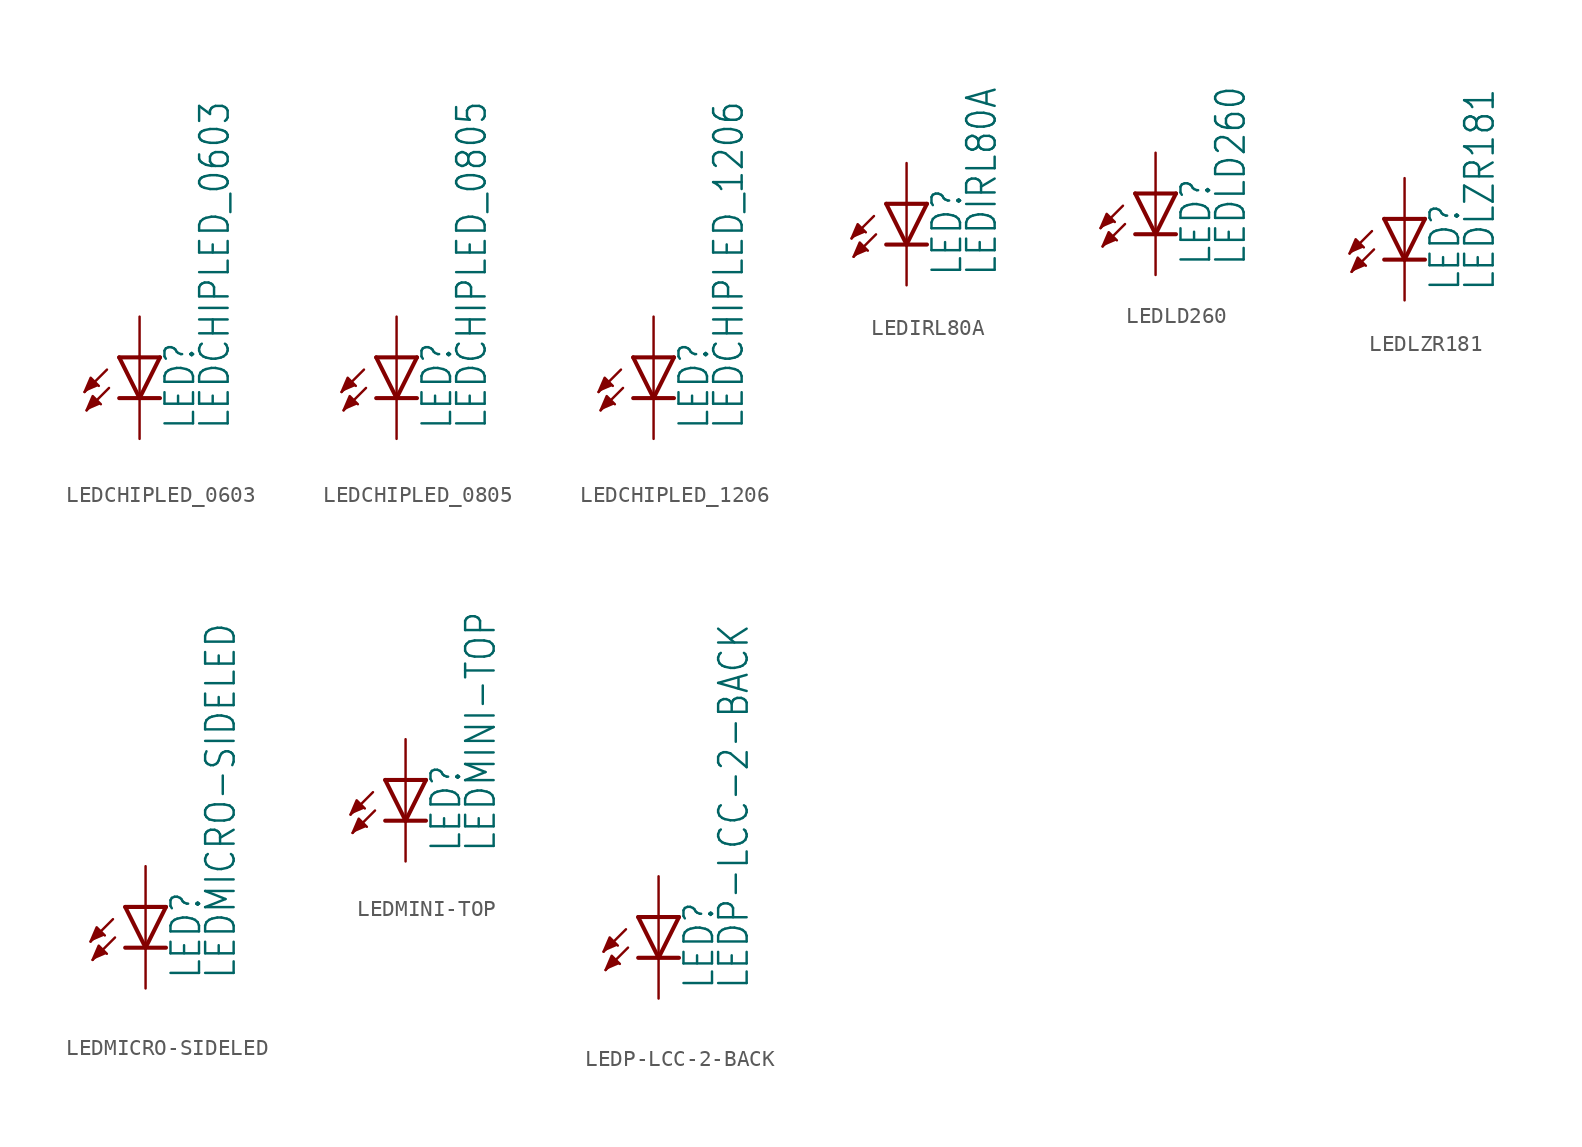
<source format=kicad_sym>
(kicad_symbol_lib
  (version 20220331)
  (generator kicad_symbol_editor)
  (symbol "LEDCHIPLED_0603"
    (property "Reference" "LED"
      (at 3.556 -4.572 90)
      (effects (font (size 1.778 1.511)) (justify left bottom)))
    (property "Value" "LEDCHIPLED_0603"
      (at 5.715 -4.572 90)
      (effects (font (size 1.778 1.511)) (justify left bottom)))
    (property "ki_locked" ""
      (at 0 0 0)
      (effects (font (size 1.27 1.27))))
    (symbol "LEDCHIPLED_0603_1_0"
      (polyline (pts (xy -2.032 -0.762) (xy -3.429 -2.159)) (stroke (width 0.152) (type solid)) (fill (type none)))
      (polyline (pts (xy -1.905 -1.905) (xy -3.302 -3.302)) (stroke (width 0.152) (type solid)) (fill (type none)))
      (polyline (pts (xy 0 -2.54) (xy -1.27 -2.54)) (stroke (width 0.254) (type solid)) (fill (type none)))
      (polyline (pts (xy 0 -2.54) (xy -1.27 0)) (stroke (width 0.254) (type solid)) (fill (type none)))
      (polyline (pts (xy 0 0) (xy -1.27 0)) (stroke (width 0.254) (type solid)) (fill (type none)))
      (polyline (pts (xy 0 0) (xy 0 -2.54)) (stroke (width 0.152) (type solid)) (fill (type none)))
      (polyline (pts (xy 1.27 -2.54) (xy 0 -2.54)) (stroke (width 0.254) (type solid)) (fill (type none)))
      (polyline (pts (xy 1.27 0) (xy 0 -2.54)) (stroke (width 0.254) (type solid)) (fill (type none)))
      (polyline (pts (xy 1.27 0) (xy 0 0)) (stroke (width 0.254) (type solid)) (fill (type none)))
      (polyline (pts (xy -3.429 -2.159) (xy -3.048 -1.27) (xy -2.54 -1.778)) (stroke (width 0) (type default)) (fill (type outline)))
      (polyline (pts (xy -3.302 -3.302) (xy -2.921 -2.413) (xy -2.413 -2.921)) (stroke (width 0) (type default)) (fill (type outline)))
      (pin passive line (at 0 2.54 270) (length 2.54) (name "A" (effects (font (size 0 0)))) (number "A" (effects (font (size 0 0)))))
      (pin passive line (at 0 -5.08 90) (length 2.54) (name "C" (effects (font (size 0 0)))) (number "C" (effects (font (size 0 0)))))))
  (symbol "LEDCHIPLED_0805"
    (property "Reference" "LED"
      (at 3.556 -4.572 90)
      (effects (font (size 1.778 1.511)) (justify left bottom)))
    (property "Value" "LEDCHIPLED_0805"
      (at 5.715 -4.572 90)
      (effects (font (size 1.778 1.511)) (justify left bottom)))
    (property "ki_locked" ""
      (at 0 0 0)
      (effects (font (size 1.27 1.27))))
    (symbol "LEDCHIPLED_0805_1_0"
      (polyline (pts (xy -2.032 -0.762) (xy -3.429 -2.159)) (stroke (width 0.152) (type solid)) (fill (type none)))
      (polyline (pts (xy -1.905 -1.905) (xy -3.302 -3.302)) (stroke (width 0.152) (type solid)) (fill (type none)))
      (polyline (pts (xy 0 -2.54) (xy -1.27 -2.54)) (stroke (width 0.254) (type solid)) (fill (type none)))
      (polyline (pts (xy 0 -2.54) (xy -1.27 0)) (stroke (width 0.254) (type solid)) (fill (type none)))
      (polyline (pts (xy 0 0) (xy -1.27 0)) (stroke (width 0.254) (type solid)) (fill (type none)))
      (polyline (pts (xy 0 0) (xy 0 -2.54)) (stroke (width 0.152) (type solid)) (fill (type none)))
      (polyline (pts (xy 1.27 -2.54) (xy 0 -2.54)) (stroke (width 0.254) (type solid)) (fill (type none)))
      (polyline (pts (xy 1.27 0) (xy 0 -2.54)) (stroke (width 0.254) (type solid)) (fill (type none)))
      (polyline (pts (xy 1.27 0) (xy 0 0)) (stroke (width 0.254) (type solid)) (fill (type none)))
      (polyline (pts (xy -3.429 -2.159) (xy -3.048 -1.27) (xy -2.54 -1.778)) (stroke (width 0) (type default)) (fill (type outline)))
      (polyline (pts (xy -3.302 -3.302) (xy -2.921 -2.413) (xy -2.413 -2.921)) (stroke (width 0) (type default)) (fill (type outline)))
      (pin passive line (at 0 2.54 270) (length 2.54) (name "A" (effects (font (size 0 0)))) (number "A" (effects (font (size 0 0)))))
      (pin passive line (at 0 -5.08 90) (length 2.54) (name "C" (effects (font (size 0 0)))) (number "C" (effects (font (size 0 0)))))))
  (symbol "LEDCHIPLED_1206"
    (property "Reference" "LED"
      (at 3.556 -4.572 90)
      (effects (font (size 1.778 1.511)) (justify left bottom)))
    (property "Value" "LEDCHIPLED_1206"
      (at 5.715 -4.572 90)
      (effects (font (size 1.778 1.511)) (justify left bottom)))
    (property "ki_locked" ""
      (at 0 0 0)
      (effects (font (size 1.27 1.27))))
    (symbol "LEDCHIPLED_1206_1_0"
      (polyline (pts (xy -2.032 -0.762) (xy -3.429 -2.159)) (stroke (width 0.152) (type solid)) (fill (type none)))
      (polyline (pts (xy -1.905 -1.905) (xy -3.302 -3.302)) (stroke (width 0.152) (type solid)) (fill (type none)))
      (polyline (pts (xy 0 -2.54) (xy -1.27 -2.54)) (stroke (width 0.254) (type solid)) (fill (type none)))
      (polyline (pts (xy 0 -2.54) (xy -1.27 0)) (stroke (width 0.254) (type solid)) (fill (type none)))
      (polyline (pts (xy 0 0) (xy -1.27 0)) (stroke (width 0.254) (type solid)) (fill (type none)))
      (polyline (pts (xy 0 0) (xy 0 -2.54)) (stroke (width 0.152) (type solid)) (fill (type none)))
      (polyline (pts (xy 1.27 -2.54) (xy 0 -2.54)) (stroke (width 0.254) (type solid)) (fill (type none)))
      (polyline (pts (xy 1.27 0) (xy 0 -2.54)) (stroke (width 0.254) (type solid)) (fill (type none)))
      (polyline (pts (xy 1.27 0) (xy 0 0)) (stroke (width 0.254) (type solid)) (fill (type none)))
      (polyline (pts (xy -3.429 -2.159) (xy -3.048 -1.27) (xy -2.54 -1.778)) (stroke (width 0) (type default)) (fill (type outline)))
      (polyline (pts (xy -3.302 -3.302) (xy -2.921 -2.413) (xy -2.413 -2.921)) (stroke (width 0) (type default)) (fill (type outline)))
      (pin passive line (at 0 2.54 270) (length 2.54) (name "A" (effects (font (size 0 0)))) (number "A" (effects (font (size 0 0)))))
      (pin passive line (at 0 -5.08 90) (length 2.54) (name "C" (effects (font (size 0 0)))) (number "C" (effects (font (size 0 0)))))))
  (symbol "LEDIRL80A"
    (property "Reference" "LED"
      (at 3.556 -4.572 90)
      (effects (font (size 1.778 1.511)) (justify left bottom)))
    (property "Value" "LEDIRL80A"
      (at 5.715 -4.572 90)
      (effects (font (size 1.778 1.511)) (justify left bottom)))
    (property "ki_locked" ""
      (at 0 0 0)
      (effects (font (size 1.27 1.27))))
    (symbol "LEDIRL80A_1_0"
      (polyline (pts (xy -2.032 -0.762) (xy -3.429 -2.159)) (stroke (width 0.152) (type solid)) (fill (type none)))
      (polyline (pts (xy -1.905 -1.905) (xy -3.302 -3.302)) (stroke (width 0.152) (type solid)) (fill (type none)))
      (polyline (pts (xy 0 -2.54) (xy -1.27 -2.54)) (stroke (width 0.254) (type solid)) (fill (type none)))
      (polyline (pts (xy 0 -2.54) (xy -1.27 0)) (stroke (width 0.254) (type solid)) (fill (type none)))
      (polyline (pts (xy 0 0) (xy -1.27 0)) (stroke (width 0.254) (type solid)) (fill (type none)))
      (polyline (pts (xy 0 0) (xy 0 -2.54)) (stroke (width 0.152) (type solid)) (fill (type none)))
      (polyline (pts (xy 1.27 -2.54) (xy 0 -2.54)) (stroke (width 0.254) (type solid)) (fill (type none)))
      (polyline (pts (xy 1.27 0) (xy 0 -2.54)) (stroke (width 0.254) (type solid)) (fill (type none)))
      (polyline (pts (xy 1.27 0) (xy 0 0)) (stroke (width 0.254) (type solid)) (fill (type none)))
      (polyline (pts (xy -3.429 -2.159) (xy -3.048 -1.27) (xy -2.54 -1.778)) (stroke (width 0) (type default)) (fill (type outline)))
      (polyline (pts (xy -3.302 -3.302) (xy -2.921 -2.413) (xy -2.413 -2.921)) (stroke (width 0) (type default)) (fill (type outline)))
      (pin passive line (at 0 2.54 270) (length 2.54) (name "A" (effects (font (size 0 0)))) (number "A" (effects (font (size 0 0)))))
      (pin passive line (at 0 -5.08 90) (length 2.54) (name "C" (effects (font (size 0 0)))) (number "K" (effects (font (size 0 0)))))))
  (symbol "LEDLD260"
    (property "Reference" "LED"
      (at 3.556 -4.572 90)
      (effects (font (size 1.778 1.511)) (justify left bottom)))
    (property "Value" "LEDLD260"
      (at 5.715 -4.572 90)
      (effects (font (size 1.778 1.511)) (justify left bottom)))
    (property "ki_locked" ""
      (at 0 0 0)
      (effects (font (size 1.27 1.27))))
    (symbol "LEDLD260_1_0"
      (polyline (pts (xy -2.032 -0.762) (xy -3.429 -2.159)) (stroke (width 0.152) (type solid)) (fill (type none)))
      (polyline (pts (xy -1.905 -1.905) (xy -3.302 -3.302)) (stroke (width 0.152) (type solid)) (fill (type none)))
      (polyline (pts (xy 0 -2.54) (xy -1.27 -2.54)) (stroke (width 0.254) (type solid)) (fill (type none)))
      (polyline (pts (xy 0 -2.54) (xy -1.27 0)) (stroke (width 0.254) (type solid)) (fill (type none)))
      (polyline (pts (xy 0 0) (xy -1.27 0)) (stroke (width 0.254) (type solid)) (fill (type none)))
      (polyline (pts (xy 0 0) (xy 0 -2.54)) (stroke (width 0.152) (type solid)) (fill (type none)))
      (polyline (pts (xy 1.27 -2.54) (xy 0 -2.54)) (stroke (width 0.254) (type solid)) (fill (type none)))
      (polyline (pts (xy 1.27 0) (xy 0 -2.54)) (stroke (width 0.254) (type solid)) (fill (type none)))
      (polyline (pts (xy 1.27 0) (xy 0 0)) (stroke (width 0.254) (type solid)) (fill (type none)))
      (polyline (pts (xy -3.429 -2.159) (xy -3.048 -1.27) (xy -2.54 -1.778)) (stroke (width 0) (type default)) (fill (type outline)))
      (polyline (pts (xy -3.302 -3.302) (xy -2.921 -2.413) (xy -2.413 -2.921)) (stroke (width 0) (type default)) (fill (type outline)))
      (pin passive line (at 0 2.54 270) (length 2.54) (name "A" (effects (font (size 0 0)))) (number "A" (effects (font (size 0 0)))))
      (pin passive line (at 0 -5.08 90) (length 2.54) (name "C" (effects (font (size 0 0)))) (number "K" (effects (font (size 0 0)))))))
  (symbol "LEDLZR181"
    (property "Reference" "LED"
      (at 3.556 -4.572 90)
      (effects (font (size 1.778 1.511)) (justify left bottom)))
    (property "Value" "LEDLZR181"
      (at 5.715 -4.572 90)
      (effects (font (size 1.778 1.511)) (justify left bottom)))
    (property "ki_locked" ""
      (at 0 0 0)
      (effects (font (size 1.27 1.27))))
    (symbol "LEDLZR181_1_0"
      (polyline (pts (xy -2.032 -0.762) (xy -3.429 -2.159)) (stroke (width 0.152) (type solid)) (fill (type none)))
      (polyline (pts (xy -1.905 -1.905) (xy -3.302 -3.302)) (stroke (width 0.152) (type solid)) (fill (type none)))
      (polyline (pts (xy 0 -2.54) (xy -1.27 -2.54)) (stroke (width 0.254) (type solid)) (fill (type none)))
      (polyline (pts (xy 0 -2.54) (xy -1.27 0)) (stroke (width 0.254) (type solid)) (fill (type none)))
      (polyline (pts (xy 0 0) (xy -1.27 0)) (stroke (width 0.254) (type solid)) (fill (type none)))
      (polyline (pts (xy 0 0) (xy 0 -2.54)) (stroke (width 0.152) (type solid)) (fill (type none)))
      (polyline (pts (xy 1.27 -2.54) (xy 0 -2.54)) (stroke (width 0.254) (type solid)) (fill (type none)))
      (polyline (pts (xy 1.27 0) (xy 0 -2.54)) (stroke (width 0.254) (type solid)) (fill (type none)))
      (polyline (pts (xy 1.27 0) (xy 0 0)) (stroke (width 0.254) (type solid)) (fill (type none)))
      (polyline (pts (xy -3.429 -2.159) (xy -3.048 -1.27) (xy -2.54 -1.778)) (stroke (width 0) (type default)) (fill (type outline)))
      (polyline (pts (xy -3.302 -3.302) (xy -2.921 -2.413) (xy -2.413 -2.921)) (stroke (width 0) (type default)) (fill (type outline)))
      (pin passive line (at 0 2.54 270) (length 2.54) (name "A" (effects (font (size 0 0)))) (number "A" (effects (font (size 0 0)))))
      (pin passive line (at 0 -5.08 90) (length 2.54) (name "C" (effects (font (size 0 0)))) (number "K" (effects (font (size 0 0)))))))
  (symbol "LEDMICRO-SIDELED"
    (property "Reference" "LED"
      (at 3.556 -4.572 90)
      (effects (font (size 1.778 1.511)) (justify left bottom)))
    (property "Value" "LEDMICRO-SIDELED"
      (at 5.715 -4.572 90)
      (effects (font (size 1.778 1.511)) (justify left bottom)))
    (property "ki_locked" ""
      (at 0 0 0)
      (effects (font (size 1.27 1.27))))
    (symbol "LEDMICRO-SIDELED_1_0"
      (polyline (pts (xy -2.032 -0.762) (xy -3.429 -2.159)) (stroke (width 0.152) (type solid)) (fill (type none)))
      (polyline (pts (xy -1.905 -1.905) (xy -3.302 -3.302)) (stroke (width 0.152) (type solid)) (fill (type none)))
      (polyline (pts (xy 0 -2.54) (xy -1.27 -2.54)) (stroke (width 0.254) (type solid)) (fill (type none)))
      (polyline (pts (xy 0 -2.54) (xy -1.27 0)) (stroke (width 0.254) (type solid)) (fill (type none)))
      (polyline (pts (xy 0 0) (xy -1.27 0)) (stroke (width 0.254) (type solid)) (fill (type none)))
      (polyline (pts (xy 0 0) (xy 0 -2.54)) (stroke (width 0.152) (type solid)) (fill (type none)))
      (polyline (pts (xy 1.27 -2.54) (xy 0 -2.54)) (stroke (width 0.254) (type solid)) (fill (type none)))
      (polyline (pts (xy 1.27 0) (xy 0 -2.54)) (stroke (width 0.254) (type solid)) (fill (type none)))
      (polyline (pts (xy 1.27 0) (xy 0 0)) (stroke (width 0.254) (type solid)) (fill (type none)))
      (polyline (pts (xy -3.429 -2.159) (xy -3.048 -1.27) (xy -2.54 -1.778)) (stroke (width 0) (type default)) (fill (type outline)))
      (polyline (pts (xy -3.302 -3.302) (xy -2.921 -2.413) (xy -2.413 -2.921)) (stroke (width 0) (type default)) (fill (type outline)))
      (pin passive line (at 0 2.54 270) (length 2.54) (name "A" (effects (font (size 0 0)))) (number "A" (effects (font (size 0 0)))))
      (pin passive line (at 0 -5.08 90) (length 2.54) (name "C" (effects (font (size 0 0)))) (number "C" (effects (font (size 0 0)))))))
  (symbol "LEDMINI-TOP"
    (property "Reference" "LED"
      (at 3.556 -4.572 90)
      (effects (font (size 1.778 1.511)) (justify left bottom)))
    (property "Value" "LEDMINI-TOP"
      (at 5.715 -4.572 90)
      (effects (font (size 1.778 1.511)) (justify left bottom)))
    (property "ki_locked" ""
      (at 0 0 0)
      (effects (font (size 1.27 1.27))))
    (symbol "LEDMINI-TOP_1_0"
      (polyline (pts (xy -2.032 -0.762) (xy -3.429 -2.159)) (stroke (width 0.152) (type solid)) (fill (type none)))
      (polyline (pts (xy -1.905 -1.905) (xy -3.302 -3.302)) (stroke (width 0.152) (type solid)) (fill (type none)))
      (polyline (pts (xy 0 -2.54) (xy -1.27 -2.54)) (stroke (width 0.254) (type solid)) (fill (type none)))
      (polyline (pts (xy 0 -2.54) (xy -1.27 0)) (stroke (width 0.254) (type solid)) (fill (type none)))
      (polyline (pts (xy 0 0) (xy -1.27 0)) (stroke (width 0.254) (type solid)) (fill (type none)))
      (polyline (pts (xy 0 0) (xy 0 -2.54)) (stroke (width 0.152) (type solid)) (fill (type none)))
      (polyline (pts (xy 1.27 -2.54) (xy 0 -2.54)) (stroke (width 0.254) (type solid)) (fill (type none)))
      (polyline (pts (xy 1.27 0) (xy 0 -2.54)) (stroke (width 0.254) (type solid)) (fill (type none)))
      (polyline (pts (xy 1.27 0) (xy 0 0)) (stroke (width 0.254) (type solid)) (fill (type none)))
      (polyline (pts (xy -3.429 -2.159) (xy -3.048 -1.27) (xy -2.54 -1.778)) (stroke (width 0) (type default)) (fill (type outline)))
      (polyline (pts (xy -3.302 -3.302) (xy -2.921 -2.413) (xy -2.413 -2.921)) (stroke (width 0) (type default)) (fill (type outline)))
      (pin passive line (at 0 2.54 270) (length 2.54) (name "A" (effects (font (size 0 0)))) (number "A" (effects (font (size 0 0)))))
      (pin passive line (at 0 -5.08 90) (length 2.54) (name "C" (effects (font (size 0 0)))) (number "C" (effects (font (size 0 0)))))))
  (symbol "LEDP-LCC-2-BACK"
    (property "Reference" "LED"
      (at 3.556 -4.572 90)
      (effects (font (size 1.778 1.511)) (justify left bottom)))
    (property "Value" "LEDP-LCC-2-BACK"
      (at 5.715 -4.572 90)
      (effects (font (size 1.778 1.511)) (justify left bottom)))
    (property "ki_locked" ""
      (at 0 0 0)
      (effects (font (size 1.27 1.27))))
    (symbol "LEDP-LCC-2-BACK_1_0"
      (polyline (pts (xy -2.032 -0.762) (xy -3.429 -2.159)) (stroke (width 0.152) (type solid)) (fill (type none)))
      (polyline (pts (xy -1.905 -1.905) (xy -3.302 -3.302)) (stroke (width 0.152) (type solid)) (fill (type none)))
      (polyline (pts (xy 0 -2.54) (xy -1.27 -2.54)) (stroke (width 0.254) (type solid)) (fill (type none)))
      (polyline (pts (xy 0 -2.54) (xy -1.27 0)) (stroke (width 0.254) (type solid)) (fill (type none)))
      (polyline (pts (xy 0 0) (xy -1.27 0)) (stroke (width 0.254) (type solid)) (fill (type none)))
      (polyline (pts (xy 0 0) (xy 0 -2.54)) (stroke (width 0.152) (type solid)) (fill (type none)))
      (polyline (pts (xy 1.27 -2.54) (xy 0 -2.54)) (stroke (width 0.254) (type solid)) (fill (type none)))
      (polyline (pts (xy 1.27 0) (xy 0 -2.54)) (stroke (width 0.254) (type solid)) (fill (type none)))
      (polyline (pts (xy 1.27 0) (xy 0 0)) (stroke (width 0.254) (type solid)) (fill (type none)))
      (polyline (pts (xy -3.429 -2.159) (xy -3.048 -1.27) (xy -2.54 -1.778)) (stroke (width 0) (type default)) (fill (type outline)))
      (polyline (pts (xy -3.302 -3.302) (xy -2.921 -2.413) (xy -2.413 -2.921)) (stroke (width 0) (type default)) (fill (type outline)))
      (pin passive line (at 0 2.54 270) (length 2.54) (name "A" (effects (font (size 0 0)))) (number "A" (effects (font (size 0 0)))))
      (pin passive line (at 0 -5.08 90) (length 2.54) (name "C" (effects (font (size 0 0)))) (number "C" (effects (font (size 0 0))))))))
</source>
